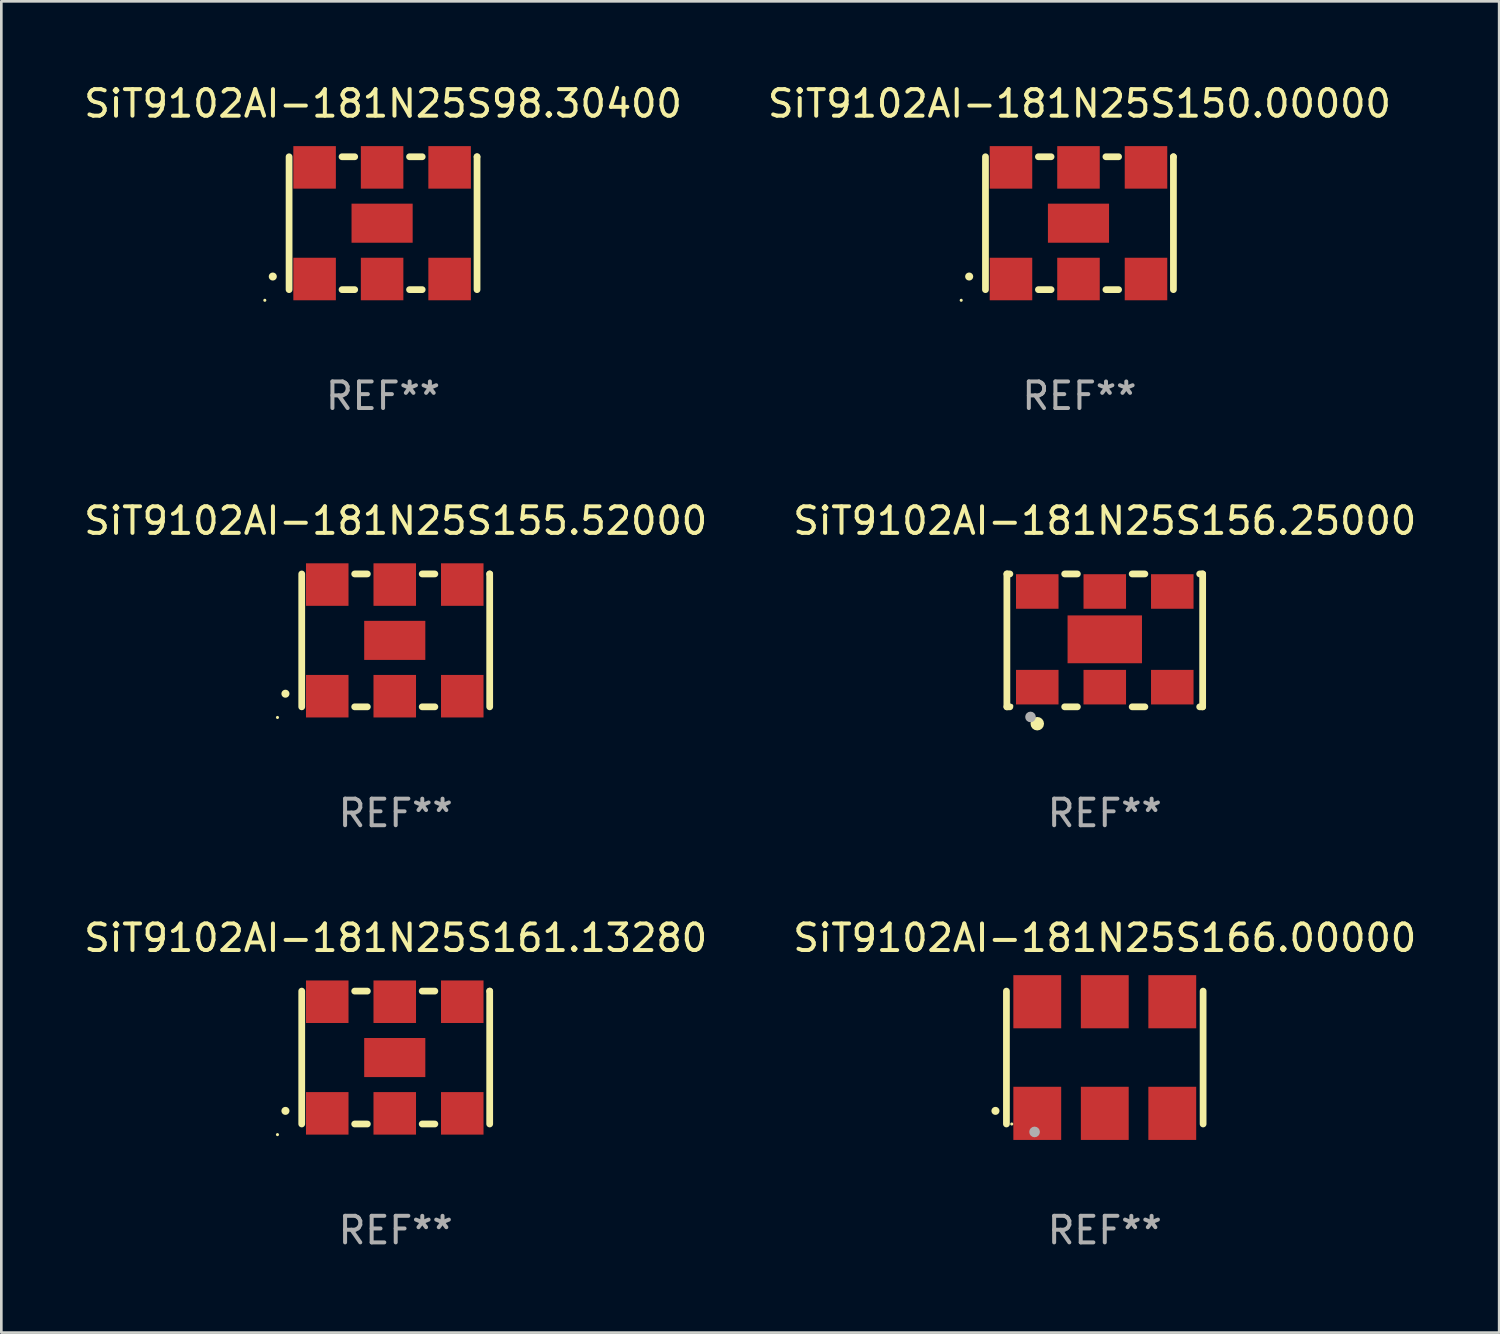
<source format=kicad_pcb>
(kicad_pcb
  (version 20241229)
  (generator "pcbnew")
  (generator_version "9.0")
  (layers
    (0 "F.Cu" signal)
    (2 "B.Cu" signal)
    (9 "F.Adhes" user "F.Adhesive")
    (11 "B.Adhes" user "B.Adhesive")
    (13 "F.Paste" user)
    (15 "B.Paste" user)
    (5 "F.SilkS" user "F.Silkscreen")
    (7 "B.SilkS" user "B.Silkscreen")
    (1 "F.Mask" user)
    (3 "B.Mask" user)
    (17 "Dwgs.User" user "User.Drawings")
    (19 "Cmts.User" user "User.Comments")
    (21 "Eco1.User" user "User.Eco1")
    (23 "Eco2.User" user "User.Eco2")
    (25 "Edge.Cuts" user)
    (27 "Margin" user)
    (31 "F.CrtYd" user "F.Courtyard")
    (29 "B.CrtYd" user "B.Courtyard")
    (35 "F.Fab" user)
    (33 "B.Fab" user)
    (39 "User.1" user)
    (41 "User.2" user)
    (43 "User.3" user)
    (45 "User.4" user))
  (footprint "SiT9102AI-181N25S161.13280"
    (layer "F.Cu")
    (at 11.839 36.741)
    (property "Reference" "SiT9102AI-181N25S161.13280" (at 0 -4.5 0) (layer "F.SilkS") (effects (font (size 1 1) (thickness 0.15))))
    (attr through_hole)
    (fp_line (start -3.536 -2.5) (end -3.536 2.5) (stroke (width 0.254) (type solid)) (layer "F.SilkS"))
    (fp_line (start -1.544 2.5) (end -1.067 2.5) (stroke (width 0.254) (type solid)) (layer "F.SilkS"))
    (fp_line (start -1.067 -2.5) (end -1.544 -2.5) (stroke (width 0.254) (type solid)) (layer "F.SilkS"))
    (fp_line (start 0.996 2.5) (end 1.473 2.5) (stroke (width 0.254) (type solid)) (layer "F.SilkS"))
    (fp_line (start 1.473 -2.5) (end 0.996 -2.5) (stroke (width 0.254) (type solid)) (layer "F.SilkS"))
    (fp_line (start 3.536 -2.5) (end 3.536 -2.5) (stroke (width 0.254) (type solid)) (layer "F.SilkS"))
    (fp_line (start 3.536 2.5) (end 3.536 -2.5) (stroke (width 0.254) (type solid)) (layer "F.SilkS"))
    (fp_arc (start -4.150432 2.006604) (mid -4.149162 2.006599) (end -4.147892 2.006604) (stroke (width 0.3) (type solid)) (layer "F.SilkS"))
    (fp_circle (center -4.449 2.9) (end -4.419 2.9) (stroke (width 0.06) (type solid)) (fill no) (layer "F.SilkS"))
    (fp_text user "REF**" (at 0 6.5 0) (layer "F.Fab") (effects (font (size 1 1) (thickness 0.15))))
    (pad "1" smd rect (at -2.576 2.1) (size 1.6 1.6) (layers "F.Cu" "F.Mask" "F.Paste"))
    (pad "2" smd rect (at -0.036 2.1) (size 1.6 1.6) (layers "F.Cu" "F.Mask" "F.Paste"))
    (pad "3" smd rect (at 2.504 2.1) (size 1.6 1.6) (layers "F.Cu" "F.Mask" "F.Paste"))
    (pad "4" smd rect (at 2.504 -2.1) (size 1.6 1.6) (layers "F.Cu" "F.Mask" "F.Paste"))
    (pad "5" smd rect (at -0.036 -2.1) (size 1.6 1.6) (layers "F.Cu" "F.Mask" "F.Paste"))
    (pad "6" smd rect (at -2.576 -2.1) (size 1.6 1.6) (layers "F.Cu" "F.Mask" "F.Paste"))
    (pad "7" smd rect (at -0.036 0) (size 2.3 1.47) (layers "F.Cu" "F.Mask" "F.Paste")))
  (footprint "SiT9102AI-181N25S150.00000"
    (layer "F.Cu")
    (at 37.565 5.348)
    (property "Reference" "SiT9102AI-181N25S150.00000" (at 0 -4.5 0) (layer "F.SilkS") (effects (font (size 1 1) (thickness 0.15))))
    (attr through_hole)
    (fp_line (start -3.536 -2.5) (end -3.536 2.5) (stroke (width 0.254) (type solid)) (layer "F.SilkS"))
    (fp_line (start -1.544 2.5) (end -1.067 2.5) (stroke (width 0.254) (type solid)) (layer "F.SilkS"))
    (fp_line (start -1.067 -2.5) (end -1.544 -2.5) (stroke (width 0.254) (type solid)) (layer "F.SilkS"))
    (fp_line (start 0.996 2.5) (end 1.473 2.5) (stroke (width 0.254) (type solid)) (layer "F.SilkS"))
    (fp_line (start 1.473 -2.5) (end 0.996 -2.5) (stroke (width 0.254) (type solid)) (layer "F.SilkS"))
    (fp_line (start 3.536 -2.5) (end 3.536 -2.5) (stroke (width 0.254) (type solid)) (layer "F.SilkS"))
    (fp_line (start 3.536 2.5) (end 3.536 -2.5) (stroke (width 0.254) (type solid)) (layer "F.SilkS"))
    (fp_arc (start -4.150432 2.006604) (mid -4.149162 2.006599) (end -4.147892 2.006604) (stroke (width 0.3) (type solid)) (layer "F.SilkS"))
    (fp_circle (center -4.449 2.9) (end -4.419 2.9) (stroke (width 0.06) (type solid)) (fill no) (layer "F.SilkS"))
    (fp_text user "REF**" (at 0 6.5 0) (layer "F.Fab") (effects (font (size 1 1) (thickness 0.15))))
    (pad "1" smd rect (at -2.576 2.1) (size 1.6 1.6) (layers "F.Cu" "F.Mask" "F.Paste"))
    (pad "2" smd rect (at -0.036 2.1) (size 1.6 1.6) (layers "F.Cu" "F.Mask" "F.Paste"))
    (pad "3" smd rect (at 2.504 2.1) (size 1.6 1.6) (layers "F.Cu" "F.Mask" "F.Paste"))
    (pad "4" smd rect (at 2.504 -2.1) (size 1.6 1.6) (layers "F.Cu" "F.Mask" "F.Paste"))
    (pad "5" smd rect (at -0.036 -2.1) (size 1.6 1.6) (layers "F.Cu" "F.Mask" "F.Paste"))
    (pad "6" smd rect (at -2.576 -2.1) (size 1.6 1.6) (layers "F.Cu" "F.Mask" "F.Paste"))
    (pad "7" smd rect (at -0.036 0) (size 2.3 1.47) (layers "F.Cu" "F.Mask" "F.Paste")))
  (footprint "SiT9102AI-181N25S98.30400"
    (layer "F.Cu")
    (at 11.363 5.348)
    (property "Reference" "SiT9102AI-181N25S98.30400" (at 0 -4.5 0) (layer "F.SilkS") (effects (font (size 1 1) (thickness 0.15))))
    (attr through_hole)
    (fp_line (start -3.536 -2.5) (end -3.536 2.5) (stroke (width 0.254) (type solid)) (layer "F.SilkS"))
    (fp_line (start -1.544 2.5) (end -1.067 2.5) (stroke (width 0.254) (type solid)) (layer "F.SilkS"))
    (fp_line (start -1.067 -2.5) (end -1.544 -2.5) (stroke (width 0.254) (type solid)) (layer "F.SilkS"))
    (fp_line (start 0.996 2.5) (end 1.473 2.5) (stroke (width 0.254) (type solid)) (layer "F.SilkS"))
    (fp_line (start 1.473 -2.5) (end 0.996 -2.5) (stroke (width 0.254) (type solid)) (layer "F.SilkS"))
    (fp_line (start 3.536 -2.5) (end 3.536 -2.5) (stroke (width 0.254) (type solid)) (layer "F.SilkS"))
    (fp_line (start 3.536 2.5) (end 3.536 -2.5) (stroke (width 0.254) (type solid)) (layer "F.SilkS"))
    (fp_arc (start -4.150432 2.006604) (mid -4.149162 2.006599) (end -4.147892 2.006604) (stroke (width 0.3) (type solid)) (layer "F.SilkS"))
    (fp_circle (center -4.449 2.9) (end -4.419 2.9) (stroke (width 0.06) (type solid)) (fill no) (layer "F.SilkS"))
    (fp_text user "REF**" (at 0 6.5 0) (layer "F.Fab") (effects (font (size 1 1) (thickness 0.15))))
    (pad "1" smd rect (at -2.576 2.1) (size 1.6 1.6) (layers "F.Cu" "F.Mask" "F.Paste"))
    (pad "2" smd rect (at -0.036 2.1) (size 1.6 1.6) (layers "F.Cu" "F.Mask" "F.Paste"))
    (pad "3" smd rect (at 2.504 2.1) (size 1.6 1.6) (layers "F.Cu" "F.Mask" "F.Paste"))
    (pad "4" smd rect (at 2.504 -2.1) (size 1.6 1.6) (layers "F.Cu" "F.Mask" "F.Paste"))
    (pad "5" smd rect (at -0.036 -2.1) (size 1.6 1.6) (layers "F.Cu" "F.Mask" "F.Paste"))
    (pad "6" smd rect (at -2.576 -2.1) (size 1.6 1.6) (layers "F.Cu" "F.Mask" "F.Paste"))
    (pad "7" smd rect (at -0.036 0) (size 2.3 1.47) (layers "F.Cu" "F.Mask" "F.Paste")))
  (footprint "SiT9102AI-181N25S155.52000"
    (layer "F.Cu")
    (at 11.839 21.045)
    (property "Reference" "SiT9102AI-181N25S155.52000" (at 0 -4.5 0) (layer "F.SilkS") (effects (font (size 1 1) (thickness 0.15))))
    (attr through_hole)
    (fp_line (start -3.536 -2.5) (end -3.536 2.5) (stroke (width 0.254) (type solid)) (layer "F.SilkS"))
    (fp_line (start -1.544 2.5) (end -1.067 2.5) (stroke (width 0.254) (type solid)) (layer "F.SilkS"))
    (fp_line (start -1.067 -2.5) (end -1.544 -2.5) (stroke (width 0.254) (type solid)) (layer "F.SilkS"))
    (fp_line (start 0.996 2.5) (end 1.473 2.5) (stroke (width 0.254) (type solid)) (layer "F.SilkS"))
    (fp_line (start 1.473 -2.5) (end 0.996 -2.5) (stroke (width 0.254) (type solid)) (layer "F.SilkS"))
    (fp_line (start 3.536 -2.5) (end 3.536 -2.5) (stroke (width 0.254) (type solid)) (layer "F.SilkS"))
    (fp_line (start 3.536 2.5) (end 3.536 -2.5) (stroke (width 0.254) (type solid)) (layer "F.SilkS"))
    (fp_arc (start -4.150432 2.006604) (mid -4.149162 2.006599) (end -4.147892 2.006604) (stroke (width 0.3) (type solid)) (layer "F.SilkS"))
    (fp_circle (center -4.449 2.9) (end -4.419 2.9) (stroke (width 0.06) (type solid)) (fill no) (layer "F.SilkS"))
    (fp_text user "REF**" (at 0 6.5 0) (layer "F.Fab") (effects (font (size 1 1) (thickness 0.15))))
    (pad "1" smd rect (at -2.576 2.1) (size 1.6 1.6) (layers "F.Cu" "F.Mask" "F.Paste"))
    (pad "2" smd rect (at -0.036 2.1) (size 1.6 1.6) (layers "F.Cu" "F.Mask" "F.Paste"))
    (pad "3" smd rect (at 2.504 2.1) (size 1.6 1.6) (layers "F.Cu" "F.Mask" "F.Paste"))
    (pad "4" smd rect (at 2.504 -2.1) (size 1.6 1.6) (layers "F.Cu" "F.Mask" "F.Paste"))
    (pad "5" smd rect (at -0.036 -2.1) (size 1.6 1.6) (layers "F.Cu" "F.Mask" "F.Paste"))
    (pad "6" smd rect (at -2.576 -2.1) (size 1.6 1.6) (layers "F.Cu" "F.Mask" "F.Paste"))
    (pad "7" smd rect (at -0.036 0) (size 2.3 1.47) (layers "F.Cu" "F.Mask" "F.Paste")))
  (footprint "SiT9102AI-181N25S156.25000"
    (layer "F.Cu")
    (at 38.518 21.045)
    (property "Reference" "SiT9102AI-181N25S156.25000" (at 0 -4.5 0) (layer "F.SilkS") (effects (font (size 1 1) (thickness 0.15))))
    (attr through_hole)
    (fp_line (start -3.683 -2.5) (end -3.571 -2.5) (stroke (width 0.254) (type solid)) (layer "F.SilkS"))
    (fp_line (start -3.683 2.5) (end -3.683 -2.5) (stroke (width 0.254) (type solid)) (layer "F.SilkS"))
    (fp_line (start -3.683 2.5) (end -3.571 2.5) (stroke (width 0.254) (type solid)) (layer "F.SilkS"))
    (fp_line (start -1.509 -2.5) (end -1.031 -2.5) (stroke (width 0.254) (type solid)) (layer "F.SilkS"))
    (fp_line (start -1.509 2.5) (end -1.031 2.5) (stroke (width 0.254) (type solid)) (layer "F.SilkS"))
    (fp_line (start 1.031 -2.5) (end 1.509 -2.5) (stroke (width 0.254) (type solid)) (layer "F.SilkS"))
    (fp_line (start 1.031 2.5) (end 1.509 2.5) (stroke (width 0.254) (type solid)) (layer "F.SilkS"))
    (fp_line (start 3.571 -2.5) (end 3.683 -2.5) (stroke (width 0.254) (type solid)) (layer "F.SilkS"))
    (fp_line (start 3.571 2.5) (end 3.683 2.5) (stroke (width 0.254) (type solid)) (layer "F.SilkS"))
    (fp_line (start 3.683 2.5) (end 3.683 -2.5) (stroke (width 0.254) (type solid)) (layer "F.SilkS"))
    (fp_circle (center -3.5 2.46) (end -3.47 2.46) (stroke (width 0.06) (type solid)) (fill no) (layer "F.SilkS"))
    (fp_circle (center -2.54 3.135) (end -2.413 3.135) (stroke (width 0.254) (type solid)) (fill no) (layer "F.SilkS"))
    (fp_circle (center -2.794 2.881) (end -2.694 2.881) (stroke (width 0.2) (type solid)) (fill no) (layer "F.Fab"))
    (fp_text user "REF**" (at 0 6.5 0) (layer "F.Fab") (effects (font (size 1 1) (thickness 0.15))))
    (pad "1" smd rect (at -2.54 1.76) (size 1.6 1.3) (layers "F.Cu" "F.Mask" "F.Paste"))
    (pad "2" smd rect (at 0 1.76) (size 1.6 1.3) (layers "F.Cu" "F.Mask" "F.Paste"))
    (pad "3" smd rect (at 2.54 1.76) (size 1.6 1.3) (layers "F.Cu" "F.Mask" "F.Paste"))
    (pad "4" smd rect (at 2.54 -1.84) (size 1.6 1.3) (layers "F.Cu" "F.Mask" "F.Paste"))
    (pad "5" smd rect (at 0 -1.84) (size 1.6 1.3) (layers "F.Cu" "F.Mask" "F.Paste"))
    (pad "6" smd rect (at -2.54 -1.84) (size 1.6 1.3) (layers "F.Cu" "F.Mask" "F.Paste"))
    (pad "7" smd rect (at 0 -0.04) (size 2.8 1.8) (layers "F.Cu" "F.Mask" "F.Paste")))
  (footprint "SiT9102AI-181N25S166.00000"
    (layer "F.Cu")
    (at 38.518 36.741)
    (property "Reference" "SiT9102AI-181N25S166.00000" (at 0 -4.5 0) (layer "F.SilkS") (effects (font (size 1 1) (thickness 0.15))))
    (attr through_hole)
    (fp_line (start -3.7 -2.5) (end -3.7 2.5) (stroke (width 0.254) (type solid)) (layer "F.SilkS"))
    (fp_line (start 3.7 -2.5) (end 3.7 2.5) (stroke (width 0.254) (type solid)) (layer "F.SilkS"))
    (fp_arc (start -4.114415 2.006604) (mid -4.113145 2.006599) (end -4.111875 2.006604) (stroke (width 0.3) (type solid)) (layer "F.SilkS"))
    (fp_circle (center -3.5 2.501) (end -3.47 2.501) (stroke (width 0.06) (type solid)) (fill no) (layer "F.SilkS"))
    (fp_circle (center -2.641 2.799) (end -2.541 2.799) (stroke (width 0.2) (type solid)) (fill no) (layer "F.Fab"))
    (fp_text user "REF**" (at 0 6.5 0) (layer "F.Fab") (effects (font (size 1 1) (thickness 0.15))))
    (pad "1" smd rect (at -2.54 2.1) (size 1.8 2) (layers "F.Cu" "F.Mask" "F.Paste"))
    (pad "2" smd rect (at 0.000394 2.1) (size 1.8 2) (layers "F.Cu" "F.Mask" "F.Paste"))
    (pad "3" smd rect (at 2.54 2.1) (size 1.8 2) (layers "F.Cu" "F.Mask" "F.Paste"))
    (pad "4" smd rect (at 2.54 -2.1) (size 1.8 2) (layers "F.Cu" "F.Mask" "F.Paste"))
    (pad "5" smd rect (at 0.000394 -2.1) (size 1.8 2) (layers "F.Cu" "F.Mask" "F.Paste"))
    (pad "6" smd rect (at -2.54 -2.1) (size 1.8 2) (layers "F.Cu" "F.Mask" "F.Paste")))
  (gr_rect
    (start -3 -3)
    (end 53.357 47.09)
    (stroke (width 0.1) (type default))
    (fill no)
    (layer "Edge.Cuts")))
</source>
